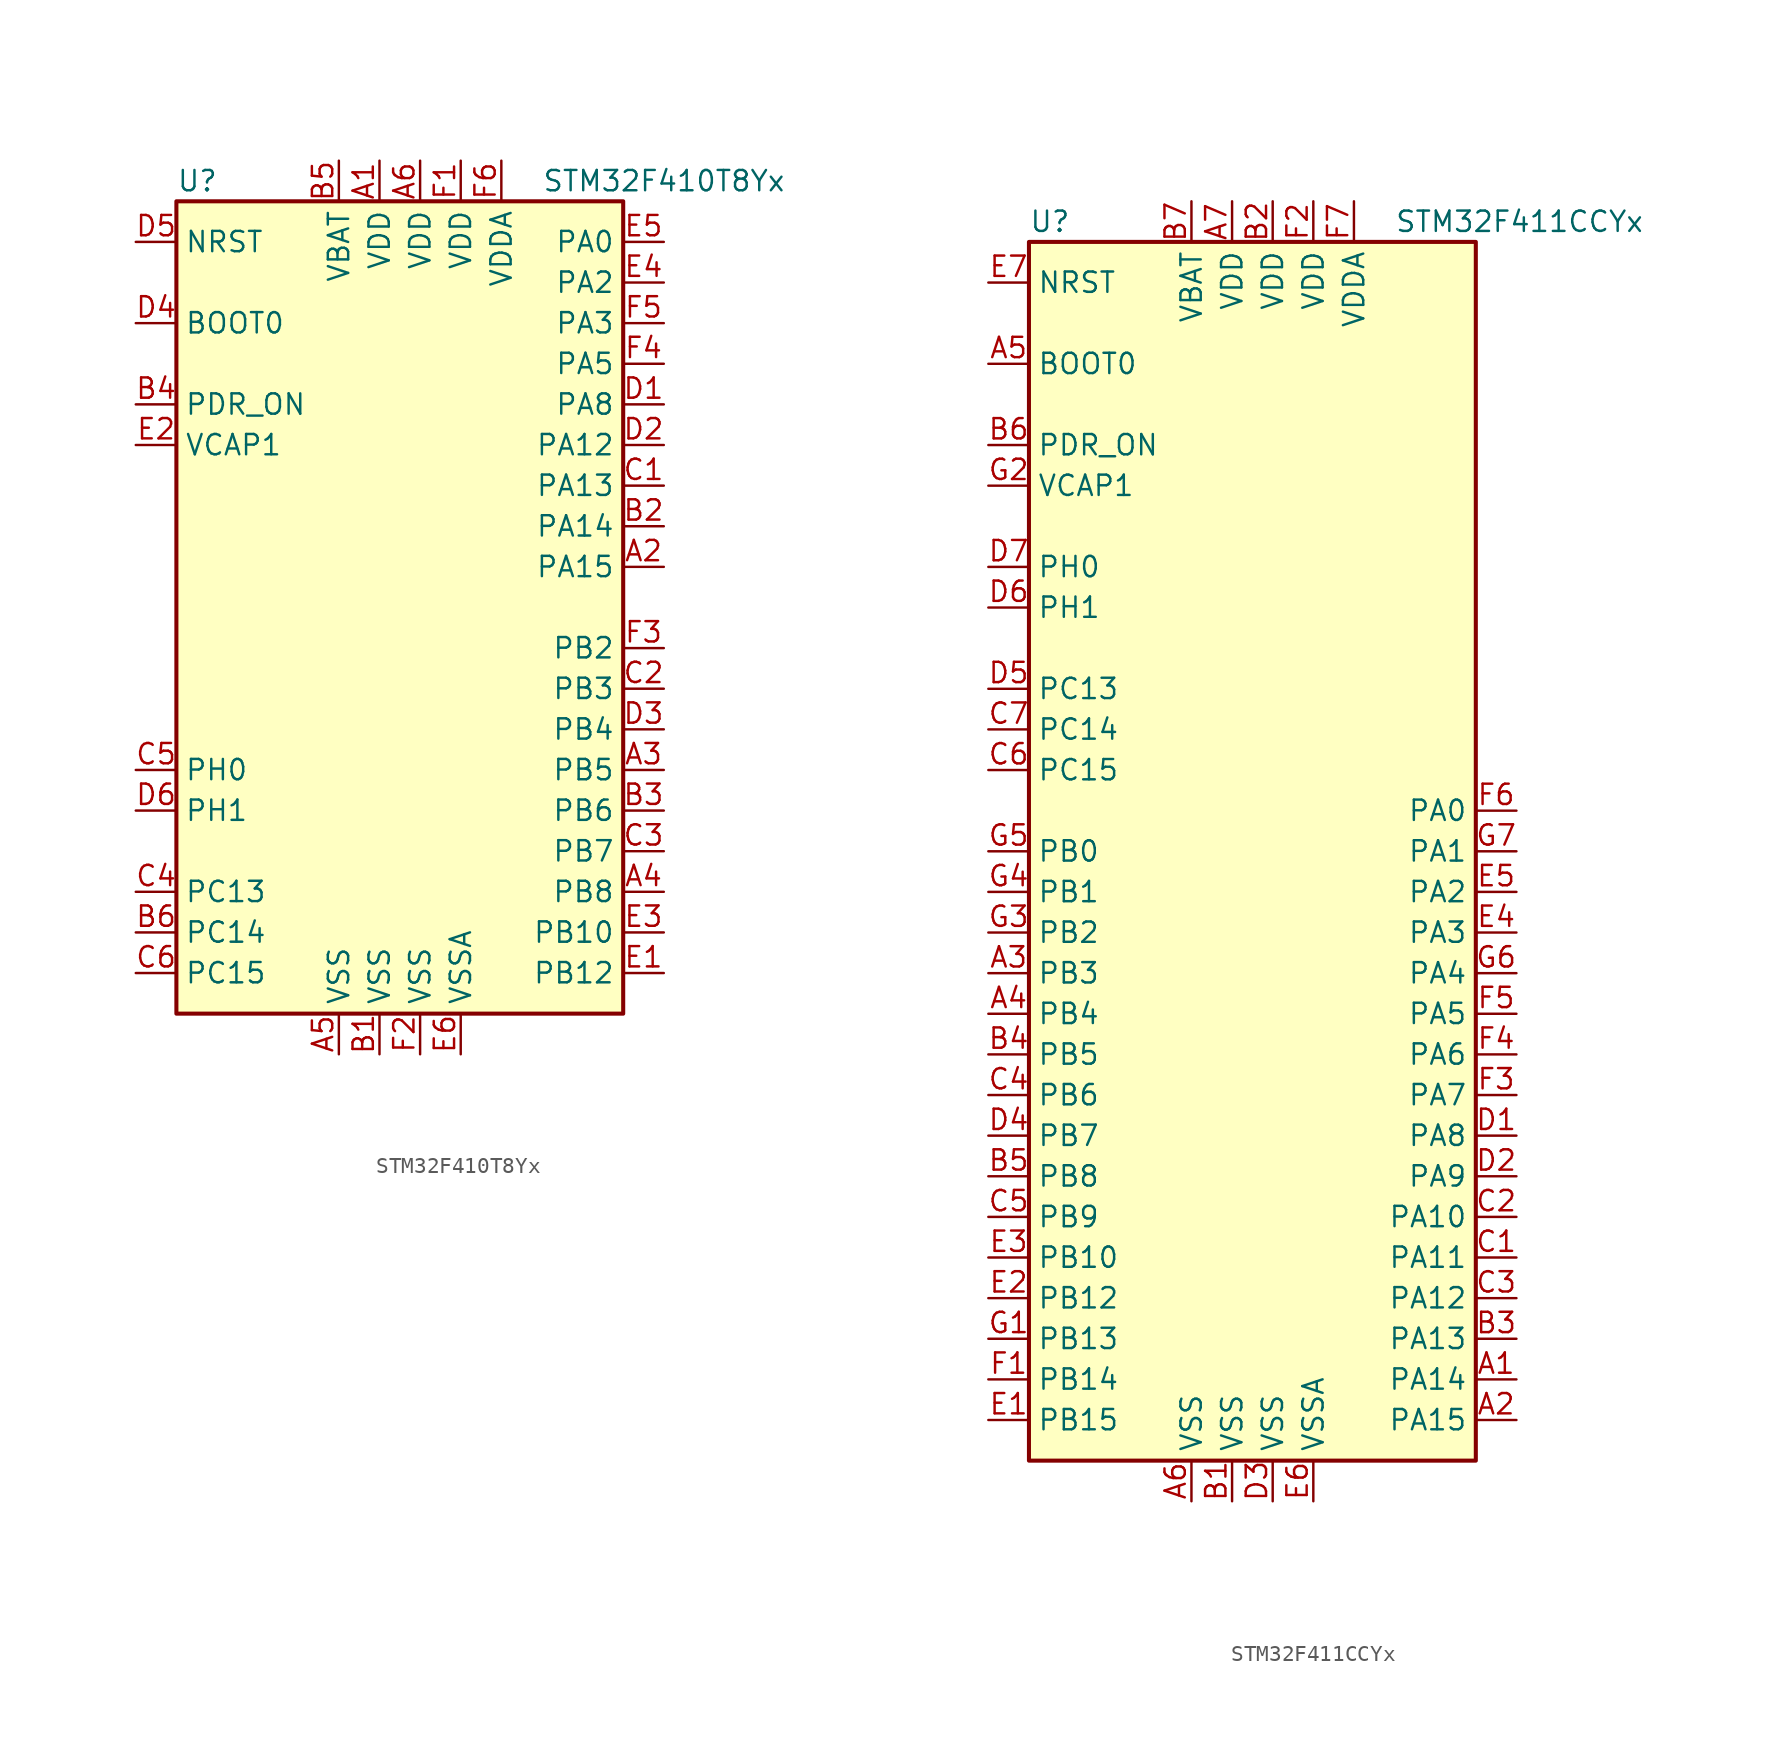
<source format=kicad_sym>
(kicad_symbol_lib
  (version 20211014)
  (generator kicad_symbol_editor)
  (symbol "STM32F410T8Yx"
    (property "Reference" "U"
      (at -15.24 26.67 0)
      (effects (font (size 1.27 1.27)) (justify left)))
    (property "Value" "STM32F410T8Yx"
      (at 7.62 26.67 0)
      (effects (font (size 1.27 1.27)) (justify left)))
    (symbol "STM32F410T8Yx_0_1"
      (rectangle (start -15.24 -25.4) (end 12.7 25.4) (stroke (width 0.254) (type default) (color 0 0 0 0)) (fill (type background))))
    (symbol "STM32F410T8Yx_1_1"
      (pin power_in line (at -2.54 27.94 270) (length 2.54) (name "VDD" (effects (font (size 1.27 1.27)))) (number "A1" (effects (font (size 1.27 1.27)))))
      (pin bidirectional line (at 15.24 2.54 180) (length 2.54) (name "PA15" (effects (font (size 1.27 1.27)))) (number "A2" (effects (font (size 1.27 1.27)))))
      (pin bidirectional line (at 15.24 -10.16 180) (length 2.54) (name "PB5" (effects (font (size 1.27 1.27)))) (number "A3" (effects (font (size 1.27 1.27)))))
      (pin bidirectional line (at 15.24 -17.78 180) (length 2.54) (name "PB8" (effects (font (size 1.27 1.27)))) (number "A4" (effects (font (size 1.27 1.27)))))
      (pin power_in line (at -5.08 -27.94 90) (length 2.54) (name "VSS" (effects (font (size 1.27 1.27)))) (number "A5" (effects (font (size 1.27 1.27)))))
      (pin power_in line (at 0 27.94 270) (length 2.54) (name "VDD" (effects (font (size 1.27 1.27)))) (number "A6" (effects (font (size 1.27 1.27)))))
      (pin power_in line (at -2.54 -27.94 90) (length 2.54) (name "VSS" (effects (font (size 1.27 1.27)))) (number "B1" (effects (font (size 1.27 1.27)))))
      (pin bidirectional line (at 15.24 5.08 180) (length 2.54) (name "PA14" (effects (font (size 1.27 1.27)))) (number "B2" (effects (font (size 1.27 1.27)))))
      (pin bidirectional line (at 15.24 -12.7 180) (length 2.54) (name "PB6" (effects (font (size 1.27 1.27)))) (number "B3" (effects (font (size 1.27 1.27)))))
      (pin power_in line (at -17.78 12.7 0) (length 2.54) (name "PDR_ON" (effects (font (size 1.27 1.27)))) (number "B4" (effects (font (size 1.27 1.27)))))
      (pin power_in line (at -5.08 27.94 270) (length 2.54) (name "VBAT" (effects (font (size 1.27 1.27)))) (number "B5" (effects (font (size 1.27 1.27)))))
      (pin bidirectional line (at -17.78 -20.32 0) (length 2.54) (name "PC14" (effects (font (size 1.27 1.27)))) (number "B6" (effects (font (size 1.27 1.27)))))
      (pin bidirectional line (at 15.24 7.62 180) (length 2.54) (name "PA13" (effects (font (size 1.27 1.27)))) (number "C1" (effects (font (size 1.27 1.27)))))
      (pin bidirectional line (at 15.24 -5.08 180) (length 2.54) (name "PB3" (effects (font (size 1.27 1.27)))) (number "C2" (effects (font (size 1.27 1.27)))))
      (pin bidirectional line (at 15.24 -15.24 180) (length 2.54) (name "PB7" (effects (font (size 1.27 1.27)))) (number "C3" (effects (font (size 1.27 1.27)))))
      (pin bidirectional line (at -17.78 -17.78 0) (length 2.54) (name "PC13" (effects (font (size 1.27 1.27)))) (number "C4" (effects (font (size 1.27 1.27)))))
      (pin input line (at -17.78 -10.16 0) (length 2.54) (name "PH0" (effects (font (size 1.27 1.27)))) (number "C5" (effects (font (size 1.27 1.27)))))
      (pin bidirectional line (at -17.78 -22.86 0) (length 2.54) (name "PC15" (effects (font (size 1.27 1.27)))) (number "C6" (effects (font (size 1.27 1.27)))))
      (pin bidirectional line (at 15.24 12.7 180) (length 2.54) (name "PA8" (effects (font (size 1.27 1.27)))) (number "D1" (effects (font (size 1.27 1.27)))))
      (pin bidirectional line (at 15.24 10.16 180) (length 2.54) (name "PA12" (effects (font (size 1.27 1.27)))) (number "D2" (effects (font (size 1.27 1.27)))))
      (pin bidirectional line (at 15.24 -7.62 180) (length 2.54) (name "PB4" (effects (font (size 1.27 1.27)))) (number "D3" (effects (font (size 1.27 1.27)))))
      (pin input line (at -17.78 17.78 0) (length 2.54) (name "BOOT0" (effects (font (size 1.27 1.27)))) (number "D4" (effects (font (size 1.27 1.27)))))
      (pin input line (at -17.78 22.86 0) (length 2.54) (name "NRST" (effects (font (size 1.27 1.27)))) (number "D5" (effects (font (size 1.27 1.27)))))
      (pin input line (at -17.78 -12.7 0) (length 2.54) (name "PH1" (effects (font (size 1.27 1.27)))) (number "D6" (effects (font (size 1.27 1.27)))))
      (pin bidirectional line (at 15.24 -22.86 180) (length 2.54) (name "PB12" (effects (font (size 1.27 1.27)))) (number "E1" (effects (font (size 1.27 1.27)))))
      (pin power_in line (at -17.78 10.16 0) (length 2.54) (name "VCAP1" (effects (font (size 1.27 1.27)))) (number "E2" (effects (font (size 1.27 1.27)))))
      (pin bidirectional line (at 15.24 -20.32 180) (length 2.54) (name "PB10" (effects (font (size 1.27 1.27)))) (number "E3" (effects (font (size 1.27 1.27)))))
      (pin bidirectional line (at 15.24 20.32 180) (length 2.54) (name "PA2" (effects (font (size 1.27 1.27)))) (number "E4" (effects (font (size 1.27 1.27)))))
      (pin bidirectional line (at 15.24 22.86 180) (length 2.54) (name "PA0" (effects (font (size 1.27 1.27)))) (number "E5" (effects (font (size 1.27 1.27)))))
      (pin power_in line (at 2.54 -27.94 90) (length 2.54) (name "VSSA" (effects (font (size 1.27 1.27)))) (number "E6" (effects (font (size 1.27 1.27)))))
      (pin power_in line (at 2.54 27.94 270) (length 2.54) (name "VDD" (effects (font (size 1.27 1.27)))) (number "F1" (effects (font (size 1.27 1.27)))))
      (pin power_in line (at 0 -27.94 90) (length 2.54) (name "VSS" (effects (font (size 1.27 1.27)))) (number "F2" (effects (font (size 1.27 1.27)))))
      (pin bidirectional line (at 15.24 -2.54 180) (length 2.54) (name "PB2" (effects (font (size 1.27 1.27)))) (number "F3" (effects (font (size 1.27 1.27)))))
      (pin bidirectional line (at 15.24 15.24 180) (length 2.54) (name "PA5" (effects (font (size 1.27 1.27)))) (number "F4" (effects (font (size 1.27 1.27)))))
      (pin bidirectional line (at 15.24 17.78 180) (length 2.54) (name "PA3" (effects (font (size 1.27 1.27)))) (number "F5" (effects (font (size 1.27 1.27)))))
      (pin power_in line (at 5.08 27.94 270) (length 2.54) (name "VDDA" (effects (font (size 1.27 1.27)))) (number "F6" (effects (font (size 1.27 1.27)))))))
  (symbol "STM32F411CCYx"
    (property "Reference" "U"
      (at -15.24 39.37 0)
      (effects (font (size 1.27 1.27)) (justify left)))
    (property "Value" "STM32F411CCYx"
      (at 7.62 39.37 0)
      (effects (font (size 1.27 1.27)) (justify left)))
    (symbol "STM32F411CCYx_0_1"
      (rectangle (start -15.24 -38.1) (end 12.7 38.1) (stroke (width 0.254) (type default) (color 0 0 0 0)) (fill (type background))))
    (symbol "STM32F411CCYx_1_1"
      (pin bidirectional line (at 15.24 -33.02 180) (length 2.54) (name "PA14" (effects (font (size 1.27 1.27)))) (number "A1" (effects (font (size 1.27 1.27)))))
      (pin bidirectional line (at 15.24 -35.56 180) (length 2.54) (name "PA15" (effects (font (size 1.27 1.27)))) (number "A2" (effects (font (size 1.27 1.27)))))
      (pin bidirectional line (at -17.78 -7.62 0) (length 2.54) (name "PB3" (effects (font (size 1.27 1.27)))) (number "A3" (effects (font (size 1.27 1.27)))))
      (pin bidirectional line (at -17.78 -10.16 0) (length 2.54) (name "PB4" (effects (font (size 1.27 1.27)))) (number "A4" (effects (font (size 1.27 1.27)))))
      (pin input line (at -17.78 30.48 0) (length 2.54) (name "BOOT0" (effects (font (size 1.27 1.27)))) (number "A5" (effects (font (size 1.27 1.27)))))
      (pin power_in line (at -5.08 -40.64 90) (length 2.54) (name "VSS" (effects (font (size 1.27 1.27)))) (number "A6" (effects (font (size 1.27 1.27)))))
      (pin power_in line (at -2.54 40.64 270) (length 2.54) (name "VDD" (effects (font (size 1.27 1.27)))) (number "A7" (effects (font (size 1.27 1.27)))))
      (pin power_in line (at -2.54 -40.64 90) (length 2.54) (name "VSS" (effects (font (size 1.27 1.27)))) (number "B1" (effects (font (size 1.27 1.27)))))
      (pin power_in line (at 0 40.64 270) (length 2.54) (name "VDD" (effects (font (size 1.27 1.27)))) (number "B2" (effects (font (size 1.27 1.27)))))
      (pin bidirectional line (at 15.24 -30.48 180) (length 2.54) (name "PA13" (effects (font (size 1.27 1.27)))) (number "B3" (effects (font (size 1.27 1.27)))))
      (pin bidirectional line (at -17.78 -12.7 0) (length 2.54) (name "PB5" (effects (font (size 1.27 1.27)))) (number "B4" (effects (font (size 1.27 1.27)))))
      (pin bidirectional line (at -17.78 -20.32 0) (length 2.54) (name "PB8" (effects (font (size 1.27 1.27)))) (number "B5" (effects (font (size 1.27 1.27)))))
      (pin power_in line (at -17.78 25.4 0) (length 2.54) (name "PDR_ON" (effects (font (size 1.27 1.27)))) (number "B6" (effects (font (size 1.27 1.27)))))
      (pin power_in line (at -5.08 40.64 270) (length 2.54) (name "VBAT" (effects (font (size 1.27 1.27)))) (number "B7" (effects (font (size 1.27 1.27)))))
      (pin bidirectional line (at 15.24 -25.4 180) (length 2.54) (name "PA11" (effects (font (size 1.27 1.27)))) (number "C1" (effects (font (size 1.27 1.27)))))
      (pin bidirectional line (at 15.24 -22.86 180) (length 2.54) (name "PA10" (effects (font (size 1.27 1.27)))) (number "C2" (effects (font (size 1.27 1.27)))))
      (pin bidirectional line (at 15.24 -27.94 180) (length 2.54) (name "PA12" (effects (font (size 1.27 1.27)))) (number "C3" (effects (font (size 1.27 1.27)))))
      (pin bidirectional line (at -17.78 -15.24 0) (length 2.54) (name "PB6" (effects (font (size 1.27 1.27)))) (number "C4" (effects (font (size 1.27 1.27)))))
      (pin bidirectional line (at -17.78 -22.86 0) (length 2.54) (name "PB9" (effects (font (size 1.27 1.27)))) (number "C5" (effects (font (size 1.27 1.27)))))
      (pin bidirectional line (at -17.78 5.08 0) (length 2.54) (name "PC15" (effects (font (size 1.27 1.27)))) (number "C6" (effects (font (size 1.27 1.27)))))
      (pin bidirectional line (at -17.78 7.62 0) (length 2.54) (name "PC14" (effects (font (size 1.27 1.27)))) (number "C7" (effects (font (size 1.27 1.27)))))
      (pin bidirectional line (at 15.24 -17.78 180) (length 2.54) (name "PA8" (effects (font (size 1.27 1.27)))) (number "D1" (effects (font (size 1.27 1.27)))))
      (pin bidirectional line (at 15.24 -20.32 180) (length 2.54) (name "PA9" (effects (font (size 1.27 1.27)))) (number "D2" (effects (font (size 1.27 1.27)))))
      (pin power_in line (at 0 -40.64 90) (length 2.54) (name "VSS" (effects (font (size 1.27 1.27)))) (number "D3" (effects (font (size 1.27 1.27)))))
      (pin bidirectional line (at -17.78 -17.78 0) (length 2.54) (name "PB7" (effects (font (size 1.27 1.27)))) (number "D4" (effects (font (size 1.27 1.27)))))
      (pin bidirectional line (at -17.78 10.16 0) (length 2.54) (name "PC13" (effects (font (size 1.27 1.27)))) (number "D5" (effects (font (size 1.27 1.27)))))
      (pin input line (at -17.78 15.24 0) (length 2.54) (name "PH1" (effects (font (size 1.27 1.27)))) (number "D6" (effects (font (size 1.27 1.27)))))
      (pin input line (at -17.78 17.78 0) (length 2.54) (name "PH0" (effects (font (size 1.27 1.27)))) (number "D7" (effects (font (size 1.27 1.27)))))
      (pin bidirectional line (at -17.78 -35.56 0) (length 2.54) (name "PB15" (effects (font (size 1.27 1.27)))) (number "E1" (effects (font (size 1.27 1.27)))))
      (pin bidirectional line (at -17.78 -27.94 0) (length 2.54) (name "PB12" (effects (font (size 1.27 1.27)))) (number "E2" (effects (font (size 1.27 1.27)))))
      (pin bidirectional line (at -17.78 -25.4 0) (length 2.54) (name "PB10" (effects (font (size 1.27 1.27)))) (number "E3" (effects (font (size 1.27 1.27)))))
      (pin bidirectional line (at 15.24 -5.08 180) (length 2.54) (name "PA3" (effects (font (size 1.27 1.27)))) (number "E4" (effects (font (size 1.27 1.27)))))
      (pin bidirectional line (at 15.24 -2.54 180) (length 2.54) (name "PA2" (effects (font (size 1.27 1.27)))) (number "E5" (effects (font (size 1.27 1.27)))))
      (pin power_in line (at 2.54 -40.64 90) (length 2.54) (name "VSSA" (effects (font (size 1.27 1.27)))) (number "E6" (effects (font (size 1.27 1.27)))))
      (pin input line (at -17.78 35.56 0) (length 2.54) (name "NRST" (effects (font (size 1.27 1.27)))) (number "E7" (effects (font (size 1.27 1.27)))))
      (pin bidirectional line (at -17.78 -33.02 0) (length 2.54) (name "PB14" (effects (font (size 1.27 1.27)))) (number "F1" (effects (font (size 1.27 1.27)))))
      (pin power_in line (at 2.54 40.64 270) (length 2.54) (name "VDD" (effects (font (size 1.27 1.27)))) (number "F2" (effects (font (size 1.27 1.27)))))
      (pin bidirectional line (at 15.24 -15.24 180) (length 2.54) (name "PA7" (effects (font (size 1.27 1.27)))) (number "F3" (effects (font (size 1.27 1.27)))))
      (pin bidirectional line (at 15.24 -12.7 180) (length 2.54) (name "PA6" (effects (font (size 1.27 1.27)))) (number "F4" (effects (font (size 1.27 1.27)))))
      (pin bidirectional line (at 15.24 -10.16 180) (length 2.54) (name "PA5" (effects (font (size 1.27 1.27)))) (number "F5" (effects (font (size 1.27 1.27)))))
      (pin bidirectional line (at 15.24 2.54 180) (length 2.54) (name "PA0" (effects (font (size 1.27 1.27)))) (number "F6" (effects (font (size 1.27 1.27)))))
      (pin power_in line (at 5.08 40.64 270) (length 2.54) (name "VDDA" (effects (font (size 1.27 1.27)))) (number "F7" (effects (font (size 1.27 1.27)))))
      (pin bidirectional line (at -17.78 -30.48 0) (length 2.54) (name "PB13" (effects (font (size 1.27 1.27)))) (number "G1" (effects (font (size 1.27 1.27)))))
      (pin power_in line (at -17.78 22.86 0) (length 2.54) (name "VCAP1" (effects (font (size 1.27 1.27)))) (number "G2" (effects (font (size 1.27 1.27)))))
      (pin bidirectional line (at -17.78 -5.08 0) (length 2.54) (name "PB2" (effects (font (size 1.27 1.27)))) (number "G3" (effects (font (size 1.27 1.27)))))
      (pin bidirectional line (at -17.78 -2.54 0) (length 2.54) (name "PB1" (effects (font (size 1.27 1.27)))) (number "G4" (effects (font (size 1.27 1.27)))))
      (pin bidirectional line (at -17.78 0 0) (length 2.54) (name "PB0" (effects (font (size 1.27 1.27)))) (number "G5" (effects (font (size 1.27 1.27)))))
      (pin bidirectional line (at 15.24 -7.62 180) (length 2.54) (name "PA4" (effects (font (size 1.27 1.27)))) (number "G6" (effects (font (size 1.27 1.27)))))
      (pin bidirectional line (at 15.24 0 180) (length 2.54) (name "PA1" (effects (font (size 1.27 1.27)))) (number "G7" (effects (font (size 1.27 1.27))))))))
</source>
